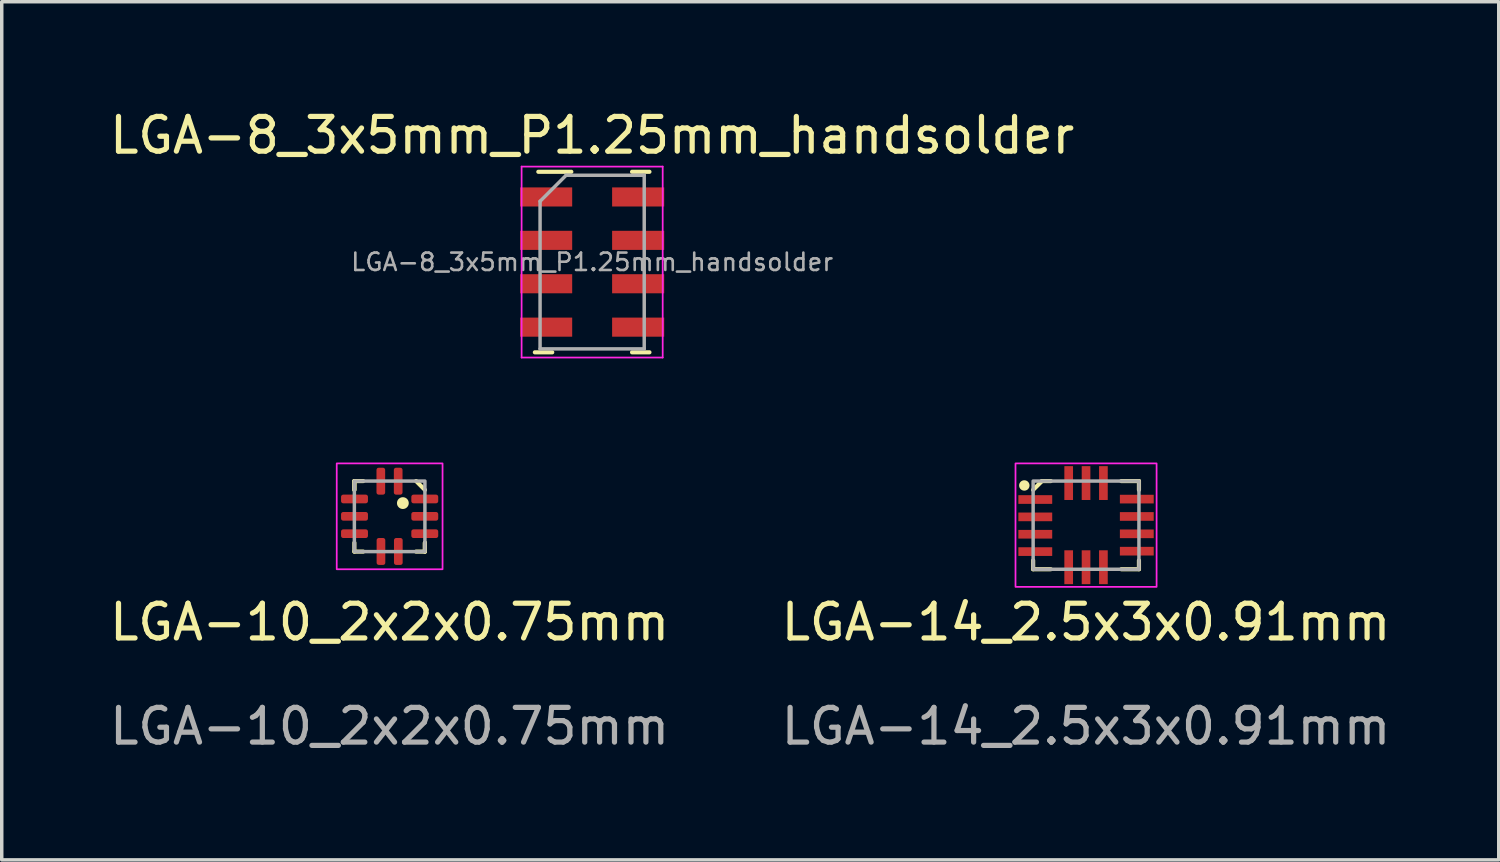
<source format=kicad_pcb>
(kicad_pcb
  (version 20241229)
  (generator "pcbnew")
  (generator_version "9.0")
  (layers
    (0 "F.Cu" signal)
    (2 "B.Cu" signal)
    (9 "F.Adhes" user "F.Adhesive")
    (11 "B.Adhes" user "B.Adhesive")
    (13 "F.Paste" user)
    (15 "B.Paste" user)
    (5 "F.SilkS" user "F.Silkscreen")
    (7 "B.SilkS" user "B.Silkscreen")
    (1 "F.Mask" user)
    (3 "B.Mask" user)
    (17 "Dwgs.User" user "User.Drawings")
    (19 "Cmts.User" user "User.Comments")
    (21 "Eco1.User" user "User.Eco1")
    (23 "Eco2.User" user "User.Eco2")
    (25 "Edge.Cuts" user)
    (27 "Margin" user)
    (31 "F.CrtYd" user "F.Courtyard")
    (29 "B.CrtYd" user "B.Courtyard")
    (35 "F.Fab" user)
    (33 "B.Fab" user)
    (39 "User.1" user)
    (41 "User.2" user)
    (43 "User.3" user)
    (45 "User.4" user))
  (footprint "LGA-14_2.5x3x0.91mm"
    (layer "F.Cu")
    (at 28.232 12.076)
    (property "Reference" "LGA-14_2.5x3x0.91mm" (at 0 2.794 0) (unlocked yes) (layer "F.SilkS") (effects (font (size 1 1) (thickness 0.15))))
    (attr smd)
    (fp_line (start -1.524 -1.016) (end -1.27 -1.27) (stroke (width 0.12) (type default)) (layer "F.SilkS"))
    (fp_line (start -1.524 1.016) (end -1.524 1.27) (stroke (width 0.12) (type default)) (layer "F.SilkS"))
    (fp_line (start -1.524 1.27) (end -1.016 1.27) (stroke (width 0.12) (type default)) (layer "F.SilkS"))
    (fp_line (start -1.27 -1.27) (end -1.016 -1.27) (stroke (width 0.12) (type default)) (layer "F.SilkS"))
    (fp_line (start 1.524 -1.27) (end 1.016 -1.27) (stroke (width 0.12) (type default)) (layer "F.SilkS"))
    (fp_line (start 1.524 -1.016) (end 1.524 -1.27) (stroke (width 0.12) (type default)) (layer "F.SilkS"))
    (fp_line (start 1.524 1.016) (end 1.524 1.27) (stroke (width 0.12) (type default)) (layer "F.SilkS"))
    (fp_line (start 1.524 1.27) (end 1.016 1.27) (stroke (width 0.12) (type default)) (layer "F.SilkS"))
    (fp_circle (center -1.778 -1.143) (end -1.678 -1.143) (stroke (width 0.1) (type solid)) (fill yes) (layer "F.SilkS"))
    (fp_rect (start 2.032 1.778) (end -2.032 -1.778) (stroke (width 0.05) (type default)) (fill no) (layer "F.CrtYd"))
    (fp_rect (start -1.524 1.27) (end 1.524 -1.27) (stroke (width 0.1) (type default)) (fill no) (layer "F.Fab"))
    (fp_text user "${REFERENCE}" (at 0 5.794 0) (unlocked yes) (layer "F.Fab") (effects (font (size 1 1) (thickness 0.15))))
    (pad "1" smd rect (at -1.462 -0.738) (size 0.975 0.25) (layers "F.Cu" "F.Mask" "F.Paste"))
    (pad "2" smd rect (at -1.462 -0.238) (size 0.975 0.25) (layers "F.Cu" "F.Mask" "F.Paste"))
    (pad "3" smd rect (at -1.462 0.262) (size 0.975 0.25) (layers "F.Cu" "F.Mask" "F.Paste"))
    (pad "4" smd rect (at -1.462 0.762) (size 0.975 0.25) (layers "F.Cu" "F.Mask" "F.Paste"))
    (pad "5" smd rect (at -0.5 1.212 90) (size 0.975 0.25) (layers "F.Cu" "F.Mask" "F.Paste"))
    (pad "6" smd rect (at 0 1.212 90) (size 0.975 0.25) (layers "F.Cu" "F.Mask" "F.Paste"))
    (pad "7" smd rect (at 0.5 1.212 90) (size 0.975 0.25) (layers "F.Cu" "F.Mask" "F.Paste"))
    (pad "8" smd rect (at 1.462 0.75) (size 0.975 0.25) (layers "F.Cu" "F.Mask" "F.Paste"))
    (pad "9" smd rect (at 1.462 0.25) (size 0.975 0.25) (layers "F.Cu" "F.Mask" "F.Paste"))
    (pad "10" smd rect (at 1.462 -0.25) (size 0.975 0.25) (layers "F.Cu" "F.Mask" "F.Paste"))
    (pad "11" smd rect (at 1.462 -0.75) (size 0.975 0.25) (layers "F.Cu" "F.Mask" "F.Paste"))
    (pad "12" smd rect (at 0.5 -1.212 90) (size 0.975 0.25) (layers "F.Cu" "F.Mask" "F.Paste"))
    (pad "13" smd rect (at 0 -1.212 90) (size 0.975 0.25) (layers "F.Cu" "F.Mask" "F.Paste"))
    (pad "14" smd rect (at -0.5 -1.212 90) (size 0.975 0.25) (layers "F.Cu" "F.Mask" "F.Paste")))
  (footprint "LGA-8_3x5mm_P1.25mm_handsolder"
    (layer "F.Cu")
    (at 14.006 4.498)
    (property "Reference" "LGA-8_3x5mm_P1.25mm_handsolder" (at 0 -3.65 0) (layer "F.SilkS") (effects (font (size 1 1) (thickness 0.15))))
    (attr smd)
    (fp_line (start -1.55 -2.6) (end -0.6 -2.6) (stroke (width 0.12) (type solid)) (layer "F.SilkS"))
    (fp_line (start -1.15 2.6) (end -1.65 2.6) (stroke (width 0.12) (type solid)) (layer "F.SilkS"))
    (fp_line (start 1.15 -2.6) (end 1.65 -2.6) (stroke (width 0.12) (type solid)) (layer "F.SilkS"))
    (fp_line (start 1.65 2.6) (end 1.15 2.6) (stroke (width 0.12) (type solid)) (layer "F.SilkS"))
    (fp_line (start -2.032 -2.75) (end -2.032 2.75) (stroke (width 0.05) (type solid)) (layer "F.CrtYd"))
    (fp_line (start -2.032 -2.75) (end 2.032 -2.75) (stroke (width 0.05) (type solid)) (layer "F.CrtYd"))
    (fp_line (start 2.032 2.75) (end -2.032 2.75) (stroke (width 0.05) (type solid)) (layer "F.CrtYd"))
    (fp_line (start 2.032 2.75) (end 2.032 -2.75) (stroke (width 0.05) (type solid)) (layer "F.CrtYd"))
    (fp_line (start -1.5 -1.75) (end -0.75 -2.5) (stroke (width 0.1) (type solid)) (layer "F.Fab"))
    (fp_line (start -1.5 2.5) (end -1.5 -1.75) (stroke (width 0.1) (type solid)) (layer "F.Fab"))
    (fp_line (start -0.75 -2.5) (end 1.5 -2.5) (stroke (width 0.1) (type solid)) (layer "F.Fab"))
    (fp_line (start 1.5 -2.5) (end 1.5 2.5) (stroke (width 0.1) (type solid)) (layer "F.Fab"))
    (fp_line (start 1.5 2.5) (end -1.5 2.5) (stroke (width 0.1) (type solid)) (layer "F.Fab"))
    (fp_text user "${REFERENCE}" (at 0 0 0) (layer "F.Fab") (effects (font (size 0.5 0.5) (thickness 0.075))))
    (pad "1" smd rect (at -1.325 -1.875) (size 1.5 0.55) (layers "F.Cu" "F.Mask" "F.Paste"))
    (pad "2" smd rect (at -1.325 -0.625) (size 1.5 0.55) (layers "F.Cu" "F.Mask" "F.Paste"))
    (pad "3" smd rect (at -1.325 0.625) (size 1.5 0.55) (layers "F.Cu" "F.Mask" "F.Paste"))
    (pad "4" smd rect (at -1.325 1.875) (size 1.5 0.55) (layers "F.Cu" "F.Mask" "F.Paste"))
    (pad "5" smd rect (at 1.325 1.875) (size 1.5 0.55) (layers "F.Cu" "F.Mask" "F.Paste"))
    (pad "6" smd rect (at 1.325 0.625) (size 1.5 0.55) (layers "F.Cu" "F.Mask" "F.Paste"))
    (pad "7" smd rect (at 1.325 -0.625) (size 1.5 0.55) (layers "F.Cu" "F.Mask" "F.Paste"))
    (pad "8" smd rect (at 1.325 -1.875) (size 1.5 0.55) (layers "F.Cu" "F.Mask" "F.Paste")))
  (footprint "LGA-10_2x2x0.75mm"
    (layer "F.Cu")
    (at 8.173 11.822)
    (property "Reference" "LGA-10_2x2x0.75mm" (at 0 3.048 0) (unlocked yes) (layer "F.SilkS") (effects (font (size 1 1) (thickness 0.15))))
    (attr smd)
    (fp_line (start -1.016 -1.016) (end -1.016 -0.762) (stroke (width 0.12) (type default)) (layer "F.SilkS"))
    (fp_line (start -1.016 -1.016) (end -0.762 -1.016) (stroke (width 0.12) (type default)) (layer "F.SilkS"))
    (fp_line (start -1.016 -0.762) (end -1.016 -1.016) (stroke (width 0.12) (type default)) (layer "F.SilkS"))
    (fp_line (start -1.016 1.016) (end -1.016 0.762) (stroke (width 0.12) (type default)) (layer "F.SilkS"))
    (fp_line (start -1.016 1.016) (end -0.762 1.016) (stroke (width 0.12) (type default)) (layer "F.SilkS"))
    (fp_line (start 1.016 -0.762) (end 0.762 -1.016) (stroke (width 0.12) (type default)) (layer "F.SilkS"))
    (fp_line (start 1.016 0.762) (end 1.016 1.016) (stroke (width 0.12) (type default)) (layer "F.SilkS"))
    (fp_line (start 1.016 1.016) (end 0.762 1.016) (stroke (width 0.12) (type default)) (layer "F.SilkS"))
    (fp_line (start 1.016 1.016) (end 1.016 0.762) (stroke (width 0.12) (type default)) (layer "F.SilkS"))
    (fp_circle (center 0.381 -0.381) (end 0.501 -0.381) (stroke (width 0.1) (type solid)) (fill yes) (layer "F.SilkS"))
    (fp_rect (start -1.524 1.524) (end 1.524 -1.524) (stroke (width 0.05) (type default)) (fill no) (layer "F.CrtYd"))
    (fp_rect (start -1.016 -1.016) (end 1.016 1.016) (stroke (width 0.1) (type default)) (fill no) (layer "F.Fab"))
    (fp_text user "${REFERENCE}" (at 0 6.048 0) (unlocked yes) (layer "F.Fab") (effects (font (size 1 1) (thickness 0.15))))
    (pad "1" smd roundrect (at 0.246 -1.012 270) (size 0.775 0.25) (layers "F.Cu" "F.Mask" "F.Paste") (roundrect_rratio 0.25))
    (pad "2" smd roundrect (at -0.254 -1.012 270) (size 0.775 0.25) (layers "F.Cu" "F.Mask" "F.Paste") (roundrect_rratio 0.25))
    (pad "3" smd roundrect (at -1.012 -0.5 180) (size 0.775 0.25) (layers "F.Cu" "F.Mask" "F.Paste") (roundrect_rratio 0.25))
    (pad "4" smd roundrect (at -1.012 0 180) (size 0.775 0.25) (layers "F.Cu" "F.Mask" "F.Paste") (roundrect_rratio 0.25))
    (pad "5" smd roundrect (at -1.012 0.5 180) (size 0.775 0.25) (layers "F.Cu" "F.Mask" "F.Paste") (roundrect_rratio 0.25))
    (pad "6" smd roundrect (at -0.25 1.012 270) (size 0.775 0.25) (layers "F.Cu" "F.Mask" "F.Paste") (roundrect_rratio 0.25))
    (pad "7" smd roundrect (at 0.25 1.012 270) (size 0.775 0.25) (layers "F.Cu" "F.Mask" "F.Paste") (roundrect_rratio 0.25))
    (pad "8" smd roundrect (at 1.012 0.5 180) (size 0.775 0.25) (layers "F.Cu" "F.Mask" "F.Paste") (roundrect_rratio 0.25))
    (pad "9" smd roundrect (at 1.012 0 180) (size 0.775 0.25) (layers "F.Cu" "F.Mask" "F.Paste") (roundrect_rratio 0.25))
    (pad "10" smd roundrect (at 1.012 -0.5 180) (size 0.775 0.25) (layers "F.Cu" "F.Mask" "F.Paste") (roundrect_rratio 0.25)))
  (gr_rect
    (start -3 -3)
    (end 40.119 21.718)
    (stroke (width 0.1) (type default))
    (fill no)
    (layer "Edge.Cuts")))
</source>
